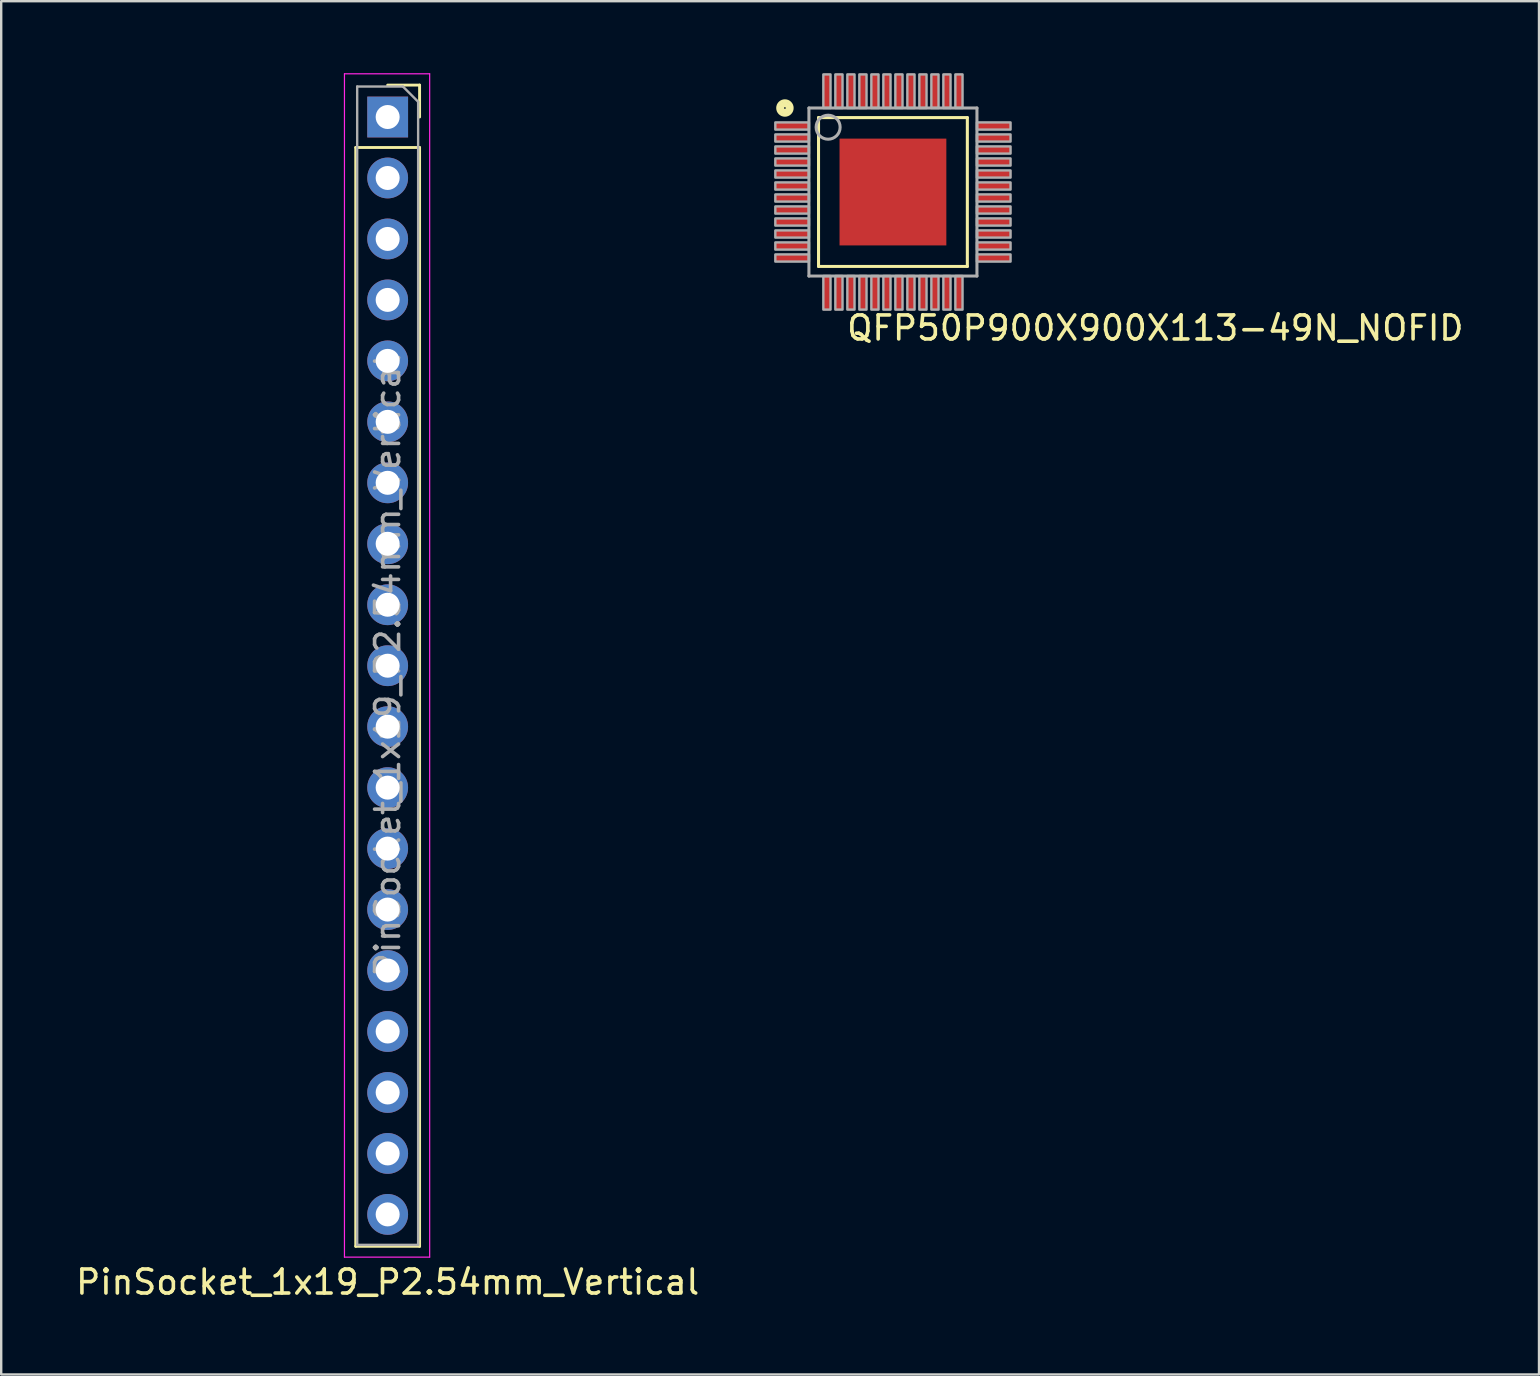
<source format=kicad_pcb>
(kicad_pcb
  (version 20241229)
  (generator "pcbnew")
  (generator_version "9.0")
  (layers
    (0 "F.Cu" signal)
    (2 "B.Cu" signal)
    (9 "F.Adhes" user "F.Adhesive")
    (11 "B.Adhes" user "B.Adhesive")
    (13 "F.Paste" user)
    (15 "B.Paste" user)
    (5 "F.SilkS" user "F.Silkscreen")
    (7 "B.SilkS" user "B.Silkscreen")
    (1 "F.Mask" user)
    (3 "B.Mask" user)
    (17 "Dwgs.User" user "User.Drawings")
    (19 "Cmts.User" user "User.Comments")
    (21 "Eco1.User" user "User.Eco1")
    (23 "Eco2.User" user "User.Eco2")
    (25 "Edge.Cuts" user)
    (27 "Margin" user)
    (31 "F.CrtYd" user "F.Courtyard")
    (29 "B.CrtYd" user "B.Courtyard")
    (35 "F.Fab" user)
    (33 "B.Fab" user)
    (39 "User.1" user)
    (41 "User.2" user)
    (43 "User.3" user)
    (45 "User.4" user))
  (footprint "QFP50P900X900X113-49N_NOFID"
    (layer "F.Cu")
    (at 34.152 4.95)
    (property "Reference" "QFP50P900X900X113-49N_NOFID" (at -2 6.25 0) (layer "F.SilkS") (effects (font (size 1 1) (thickness 0.15)) (justify left bottom)))
    (attr through_hole)
    (fp_line (start -3.1 -3.1) (end -3.1 3.1) (stroke (width 0.127) (type solid)) (layer "F.SilkS"))
    (fp_line (start -3.1 3.1) (end 3.1 3.1) (stroke (width 0.127) (type solid)) (layer "F.SilkS"))
    (fp_line (start 3.1 -3.1) (end -3.1 -3.1) (stroke (width 0.127) (type solid)) (layer "F.SilkS"))
    (fp_line (start 3.1 3.1) (end 3.1 -3.1) (stroke (width 0.127) (type solid)) (layer "F.SilkS"))
    (fp_circle (center -4.5 -3.5) (end -4.45 -3.5) (stroke (width 0.127) (type solid)) (fill no) (layer "F.SilkS"))
    (fp_circle (center -4.5 -3.5) (end -4.4 -3.5) (stroke (width 0.127) (type solid)) (fill no) (layer "F.SilkS"))
    (fp_circle (center -4.5 -3.5) (end -4.3 -3.5) (stroke (width 0.127) (type solid)) (fill no) (layer "F.SilkS"))
    (fp_circle (center -4.5 -3.5) (end -4.2 -3.5) (stroke (width 0.127) (type solid)) (fill no) (layer "F.SilkS"))
    (fp_poly (pts (xy -1.4 1.4) (xy 1.4 1.4) (xy 1.4 -1.4) (xy -1.4 -1.4)) (stroke (width 0) (type solid)) (fill yes) (layer "F.Paste"))
    (fp_line (start -3.5 -3.5) (end -3.5 3.5) (stroke (width 0.127) (type solid)) (layer "F.Fab"))
    (fp_line (start -3.5 3.5) (end 3.5 3.5) (stroke (width 0.127) (type solid)) (layer "F.Fab"))
    (fp_line (start 3.5 -3.5) (end -3.5 -3.5) (stroke (width 0.127) (type solid)) (layer "F.Fab"))
    (fp_line (start 3.5 3.5) (end 3.5 -3.5) (stroke (width 0.127) (type solid)) (layer "F.Fab"))
    (fp_circle (center -2.7 -2.7) (end -2.2 -2.7) (stroke (width 0.127) (type solid)) (fill no) (layer "F.Fab"))
    (fp_poly (pts (xy -4.9 -2.6) (xy -3.5 -2.6) (xy -3.5 -2.9) (xy -4.9 -2.9)) (stroke (width 0.1) (type solid)) (fill no) (layer "F.Fab"))
    (fp_poly (pts (xy -4.9 -2.1) (xy -3.5 -2.1) (xy -3.5 -2.4) (xy -4.9 -2.4)) (stroke (width 0.1) (type solid)) (fill no) (layer "F.Fab"))
    (fp_poly (pts (xy -4.9 -1.6) (xy -3.5 -1.6) (xy -3.5 -1.9) (xy -4.9 -1.9)) (stroke (width 0.1) (type solid)) (fill no) (layer "F.Fab"))
    (fp_poly (pts (xy -4.9 -1.1) (xy -3.5 -1.1) (xy -3.5 -1.4) (xy -4.9 -1.4)) (stroke (width 0.1) (type solid)) (fill no) (layer "F.Fab"))
    (fp_poly (pts (xy -4.9 -0.6) (xy -3.5 -0.6) (xy -3.5 -0.9) (xy -4.9 -0.9)) (stroke (width 0.1) (type solid)) (fill no) (layer "F.Fab"))
    (fp_poly (pts (xy -4.9 -0.1) (xy -3.5 -0.1) (xy -3.5 -0.4) (xy -4.9 -0.4)) (stroke (width 0.1) (type solid)) (fill no) (layer "F.Fab"))
    (fp_poly (pts (xy -4.9 0.4) (xy -3.5 0.4) (xy -3.5 0.1) (xy -4.9 0.1)) (stroke (width 0.1) (type solid)) (fill no) (layer "F.Fab"))
    (fp_poly (pts (xy -4.9 0.9) (xy -3.5 0.9) (xy -3.5 0.6) (xy -4.9 0.6)) (stroke (width 0.1) (type solid)) (fill no) (layer "F.Fab"))
    (fp_poly (pts (xy -4.9 1.4) (xy -3.5 1.4) (xy -3.5 1.1) (xy -4.9 1.1)) (stroke (width 0.1) (type solid)) (fill no) (layer "F.Fab"))
    (fp_poly (pts (xy -4.9 1.9) (xy -3.5 1.9) (xy -3.5 1.6) (xy -4.9 1.6)) (stroke (width 0.1) (type solid)) (fill no) (layer "F.Fab"))
    (fp_poly (pts (xy -4.9 2.4) (xy -3.5 2.4) (xy -3.5 2.1) (xy -4.9 2.1)) (stroke (width 0.1) (type solid)) (fill no) (layer "F.Fab"))
    (fp_poly (pts (xy -4.9 2.9) (xy -3.5 2.9) (xy -3.5 2.6) (xy -4.9 2.6)) (stroke (width 0.1) (type solid)) (fill no) (layer "F.Fab"))
    (fp_poly (pts (xy -2.9 -4.9) (xy -2.9 -3.5) (xy -2.6 -3.5) (xy -2.6 -4.9)) (stroke (width 0.1) (type solid)) (fill no) (layer "F.Fab"))
    (fp_poly (pts (xy -2.6 4.9) (xy -2.6 3.5) (xy -2.9 3.5) (xy -2.9 4.9)) (stroke (width 0.1) (type solid)) (fill no) (layer "F.Fab"))
    (fp_poly (pts (xy -2.4 -4.9) (xy -2.4 -3.5) (xy -2.1 -3.5) (xy -2.1 -4.9)) (stroke (width 0.1) (type solid)) (fill no) (layer "F.Fab"))
    (fp_poly (pts (xy -2.1 4.9) (xy -2.1 3.5) (xy -2.4 3.5) (xy -2.4 4.9)) (stroke (width 0.1) (type solid)) (fill no) (layer "F.Fab"))
    (fp_poly (pts (xy -1.9 -4.9) (xy -1.9 -3.5) (xy -1.6 -3.5) (xy -1.6 -4.9)) (stroke (width 0.1) (type solid)) (fill no) (layer "F.Fab"))
    (fp_poly (pts (xy -1.6 4.9) (xy -1.6 3.5) (xy -1.9 3.5) (xy -1.9 4.9)) (stroke (width 0.1) (type solid)) (fill no) (layer "F.Fab"))
    (fp_poly (pts (xy -1.4 -4.9) (xy -1.4 -3.5) (xy -1.1 -3.5) (xy -1.1 -4.9)) (stroke (width 0.1) (type solid)) (fill no) (layer "F.Fab"))
    (fp_poly (pts (xy -1.1 4.9) (xy -1.1 3.5) (xy -1.4 3.5) (xy -1.4 4.9)) (stroke (width 0.1) (type solid)) (fill no) (layer "F.Fab"))
    (fp_poly (pts (xy -0.9 -4.9) (xy -0.9 -3.5) (xy -0.6 -3.5) (xy -0.6 -4.9)) (stroke (width 0.1) (type solid)) (fill no) (layer "F.Fab"))
    (fp_poly (pts (xy -0.6 4.9) (xy -0.6 3.5) (xy -0.9 3.5) (xy -0.9 4.9)) (stroke (width 0.1) (type solid)) (fill no) (layer "F.Fab"))
    (fp_poly (pts (xy -0.4 -4.9) (xy -0.4 -3.5) (xy -0.1 -3.5) (xy -0.1 -4.9)) (stroke (width 0.1) (type solid)) (fill no) (layer "F.Fab"))
    (fp_poly (pts (xy -0.1 4.9) (xy -0.1 3.5) (xy -0.4 3.5) (xy -0.4 4.9)) (stroke (width 0.1) (type solid)) (fill no) (layer "F.Fab"))
    (fp_poly (pts (xy 0.1 -4.9) (xy 0.1 -3.5) (xy 0.4 -3.5) (xy 0.4 -4.9)) (stroke (width 0.1) (type solid)) (fill no) (layer "F.Fab"))
    (fp_poly (pts (xy 0.4 4.9) (xy 0.4 3.5) (xy 0.1 3.5) (xy 0.1 4.9)) (stroke (width 0.1) (type solid)) (fill no) (layer "F.Fab"))
    (fp_poly (pts (xy 0.6 -4.9) (xy 0.6 -3.5) (xy 0.9 -3.5) (xy 0.9 -4.9)) (stroke (width 0.1) (type solid)) (fill no) (layer "F.Fab"))
    (fp_poly (pts (xy 0.9 4.9) (xy 0.9 3.5) (xy 0.6 3.5) (xy 0.6 4.9)) (stroke (width 0.1) (type solid)) (fill no) (layer "F.Fab"))
    (fp_poly (pts (xy 1.1 -4.9) (xy 1.1 -3.5) (xy 1.4 -3.5) (xy 1.4 -4.9)) (stroke (width 0.1) (type solid)) (fill no) (layer "F.Fab"))
    (fp_poly (pts (xy 1.4 4.9) (xy 1.4 3.5) (xy 1.1 3.5) (xy 1.1 4.9)) (stroke (width 0.1) (type solid)) (fill no) (layer "F.Fab"))
    (fp_poly (pts (xy 1.6 -4.9) (xy 1.6 -3.5) (xy 1.9 -3.5) (xy 1.9 -4.9)) (stroke (width 0.1) (type solid)) (fill no) (layer "F.Fab"))
    (fp_poly (pts (xy 1.9 4.9) (xy 1.9 3.5) (xy 1.6 3.5) (xy 1.6 4.9)) (stroke (width 0.1) (type solid)) (fill no) (layer "F.Fab"))
    (fp_poly (pts (xy 2.1 -4.9) (xy 2.1 -3.5) (xy 2.4 -3.5) (xy 2.4 -4.9)) (stroke (width 0.1) (type solid)) (fill no) (layer "F.Fab"))
    (fp_poly (pts (xy 2.4 4.9) (xy 2.4 3.5) (xy 2.1 3.5) (xy 2.1 4.9)) (stroke (width 0.1) (type solid)) (fill no) (layer "F.Fab"))
    (fp_poly (pts (xy 2.6 -4.9) (xy 2.6 -3.5) (xy 2.9 -3.5) (xy 2.9 -4.9)) (stroke (width 0.1) (type solid)) (fill no) (layer "F.Fab"))
    (fp_poly (pts (xy 2.9 4.9) (xy 2.9 3.5) (xy 2.6 3.5) (xy 2.6 4.9)) (stroke (width 0.1) (type solid)) (fill no) (layer "F.Fab"))
    (fp_poly (pts (xy 4.9 -2.9) (xy 3.5 -2.9) (xy 3.5 -2.6) (xy 4.9 -2.6)) (stroke (width 0.1) (type solid)) (fill no) (layer "F.Fab"))
    (fp_poly (pts (xy 4.9 -2.4) (xy 3.5 -2.4) (xy 3.5 -2.1) (xy 4.9 -2.1)) (stroke (width 0.1) (type solid)) (fill no) (layer "F.Fab"))
    (fp_poly (pts (xy 4.9 -1.9) (xy 3.5 -1.9) (xy 3.5 -1.6) (xy 4.9 -1.6)) (stroke (width 0.1) (type solid)) (fill no) (layer "F.Fab"))
    (fp_poly (pts (xy 4.9 -1.4) (xy 3.5 -1.4) (xy 3.5 -1.1) (xy 4.9 -1.1)) (stroke (width 0.1) (type solid)) (fill no) (layer "F.Fab"))
    (fp_poly (pts (xy 4.9 -0.9) (xy 3.5 -0.9) (xy 3.5 -0.6) (xy 4.9 -0.6)) (stroke (width 0.1) (type solid)) (fill no) (layer "F.Fab"))
    (fp_poly (pts (xy 4.9 -0.4) (xy 3.5 -0.4) (xy 3.5 -0.1) (xy 4.9 -0.1)) (stroke (width 0.1) (type solid)) (fill no) (layer "F.Fab"))
    (fp_poly (pts (xy 4.9 0.1) (xy 3.5 0.1) (xy 3.5 0.4) (xy 4.9 0.4)) (stroke (width 0.1) (type solid)) (fill no) (layer "F.Fab"))
    (fp_poly (pts (xy 4.9 0.6) (xy 3.5 0.6) (xy 3.5 0.9) (xy 4.9 0.9)) (stroke (width 0.1) (type solid)) (fill no) (layer "F.Fab"))
    (fp_poly (pts (xy 4.9 1.1) (xy 3.5 1.1) (xy 3.5 1.4) (xy 4.9 1.4)) (stroke (width 0.1) (type solid)) (fill no) (layer "F.Fab"))
    (fp_poly (pts (xy 4.9 1.6) (xy 3.5 1.6) (xy 3.5 1.9) (xy 4.9 1.9)) (stroke (width 0.1) (type solid)) (fill no) (layer "F.Fab"))
    (fp_poly (pts (xy 4.9 2.1) (xy 3.5 2.1) (xy 3.5 2.4) (xy 4.9 2.4)) (stroke (width 0.1) (type solid)) (fill no) (layer "F.Fab"))
    (fp_poly (pts (xy 4.9 2.6) (xy 3.5 2.6) (xy 3.5 2.9) (xy 4.9 2.9)) (stroke (width 0.1) (type solid)) (fill no) (layer "F.Fab"))
    (pad "1" smd rect (at -4.2 -2.75) (size 1.45 0.3) (layers "F.Cu" "F.Mask" "F.Paste"))
    (pad "2" smd rect (at -4.2 -2.25) (size 1.45 0.3) (layers "F.Cu" "F.Mask" "F.Paste"))
    (pad "3" smd rect (at -4.2 -1.75) (size 1.45 0.3) (layers "F.Cu" "F.Mask" "F.Paste"))
    (pad "4" smd rect (at -4.2 -1.25) (size 1.45 0.3) (layers "F.Cu" "F.Mask" "F.Paste"))
    (pad "5" smd rect (at -4.2 -0.75) (size 1.45 0.3) (layers "F.Cu" "F.Mask" "F.Paste"))
    (pad "6" smd rect (at -4.2 -0.25) (size 1.45 0.3) (layers "F.Cu" "F.Mask" "F.Paste"))
    (pad "7" smd rect (at -4.2 0.25) (size 1.45 0.3) (layers "F.Cu" "F.Mask" "F.Paste"))
    (pad "8" smd rect (at -4.2 0.75) (size 1.45 0.3) (layers "F.Cu" "F.Mask" "F.Paste"))
    (pad "9" smd rect (at -4.2 1.25) (size 1.45 0.3) (layers "F.Cu" "F.Mask" "F.Paste"))
    (pad "10" smd rect (at -4.2 1.75) (size 1.45 0.3) (layers "F.Cu" "F.Mask" "F.Paste"))
    (pad "11" smd rect (at -4.2 2.25) (size 1.45 0.3) (layers "F.Cu" "F.Mask" "F.Paste"))
    (pad "12" smd rect (at -4.2 2.75) (size 1.45 0.3) (layers "F.Cu" "F.Mask" "F.Paste"))
    (pad "13" smd rect (at -2.75 4.2 90) (size 1.45 0.3) (layers "F.Cu" "F.Mask" "F.Paste"))
    (pad "14" smd rect (at -2.25 4.2 90) (size 1.45 0.3) (layers "F.Cu" "F.Mask" "F.Paste"))
    (pad "15" smd rect (at -1.75 4.2 90) (size 1.45 0.3) (layers "F.Cu" "F.Mask" "F.Paste"))
    (pad "16" smd rect (at -1.25 4.2 90) (size 1.45 0.3) (layers "F.Cu" "F.Mask" "F.Paste"))
    (pad "17" smd rect (at -0.75 4.2 90) (size 1.45 0.3) (layers "F.Cu" "F.Mask" "F.Paste"))
    (pad "18" smd rect (at -0.25 4.2 90) (size 1.45 0.3) (layers "F.Cu" "F.Mask" "F.Paste"))
    (pad "19" smd rect (at 0.25 4.2 90) (size 1.45 0.3) (layers "F.Cu" "F.Mask" "F.Paste"))
    (pad "20" smd rect (at 0.75 4.2 90) (size 1.45 0.3) (layers "F.Cu" "F.Mask" "F.Paste"))
    (pad "21" smd rect (at 1.25 4.2 90) (size 1.45 0.3) (layers "F.Cu" "F.Mask" "F.Paste"))
    (pad "22" smd rect (at 1.75 4.2 90) (size 1.45 0.3) (layers "F.Cu" "F.Mask" "F.Paste"))
    (pad "23" smd rect (at 2.25 4.2 90) (size 1.45 0.3) (layers "F.Cu" "F.Mask" "F.Paste"))
    (pad "24" smd rect (at 2.75 4.2 90) (size 1.45 0.3) (layers "F.Cu" "F.Mask" "F.Paste"))
    (pad "25" smd rect (at 4.2 2.75 180) (size 1.45 0.3) (layers "F.Cu" "F.Mask" "F.Paste"))
    (pad "26" smd rect (at 4.2 2.25 180) (size 1.45 0.3) (layers "F.Cu" "F.Mask" "F.Paste"))
    (pad "27" smd rect (at 4.2 1.75 180) (size 1.45 0.3) (layers "F.Cu" "F.Mask" "F.Paste"))
    (pad "28" smd rect (at 4.2 1.25 180) (size 1.45 0.3) (layers "F.Cu" "F.Mask" "F.Paste"))
    (pad "29" smd rect (at 4.2 0.75 180) (size 1.45 0.3) (layers "F.Cu" "F.Mask" "F.Paste"))
    (pad "30" smd rect (at 4.2 0.25 180) (size 1.45 0.3) (layers "F.Cu" "F.Mask" "F.Paste"))
    (pad "31" smd rect (at 4.2 -0.25 180) (size 1.45 0.3) (layers "F.Cu" "F.Mask" "F.Paste"))
    (pad "32" smd rect (at 4.2 -0.75 180) (size 1.45 0.3) (layers "F.Cu" "F.Mask" "F.Paste"))
    (pad "33" smd rect (at 4.2 -1.25 180) (size 1.45 0.3) (layers "F.Cu" "F.Mask" "F.Paste"))
    (pad "34" smd rect (at 4.2 -1.75 180) (size 1.45 0.3) (layers "F.Cu" "F.Mask" "F.Paste"))
    (pad "35" smd rect (at 4.2 -2.25 180) (size 1.45 0.3) (layers "F.Cu" "F.Mask" "F.Paste"))
    (pad "36" smd rect (at 4.2 -2.75 180) (size 1.45 0.3) (layers "F.Cu" "F.Mask" "F.Paste"))
    (pad "37" smd rect (at 2.75 -4.2 270) (size 1.45 0.3) (layers "F.Cu" "F.Mask" "F.Paste"))
    (pad "38" smd rect (at 2.25 -4.2 270) (size 1.45 0.3) (layers "F.Cu" "F.Mask" "F.Paste"))
    (pad "39" smd rect (at 1.75 -4.2 270) (size 1.45 0.3) (layers "F.Cu" "F.Mask" "F.Paste"))
    (pad "40" smd rect (at 1.25 -4.2 270) (size 1.45 0.3) (layers "F.Cu" "F.Mask" "F.Paste"))
    (pad "41" smd rect (at 0.75 -4.2 270) (size 1.45 0.3) (layers "F.Cu" "F.Mask" "F.Paste"))
    (pad "42" smd rect (at 0.25 -4.2 270) (size 1.45 0.3) (layers "F.Cu" "F.Mask" "F.Paste"))
    (pad "43" smd rect (at -0.25 -4.2 270) (size 1.45 0.3) (layers "F.Cu" "F.Mask" "F.Paste"))
    (pad "44" smd rect (at -0.75 -4.2 270) (size 1.45 0.3) (layers "F.Cu" "F.Mask" "F.Paste"))
    (pad "45" smd rect (at -1.25 -4.2 270) (size 1.45 0.3) (layers "F.Cu" "F.Mask" "F.Paste"))
    (pad "46" smd rect (at -1.75 -4.2 270) (size 1.45 0.3) (layers "F.Cu" "F.Mask" "F.Paste"))
    (pad "47" smd rect (at -2.25 -4.2 270) (size 1.45 0.3) (layers "F.Cu" "F.Mask" "F.Paste"))
    (pad "48" smd rect (at -2.75 -4.2 270) (size 1.45 0.3) (layers "F.Cu" "F.Mask" "F.Paste"))
    (pad "PAD" smd rect (at 0 0) (size 4.45 4.45) (layers "F.Cu" "F.Mask")))
  (footprint "PinSocket_1x19_P2.54mm_Vertical"
    (layer "F.Cu")
    (at 13.101 1.825)
    (property "Reference" "PinSocket_1x19_P2.54mm_Vertical" (at 0 48.54 0) (layer "F.SilkS") (effects (font (size 1 1) (thickness 0.15))))
    (attr through_hole)
    (fp_line (start -1.33 1.27) (end -1.33 47.05) (stroke (width 0.12) (type solid)) (layer "F.SilkS"))
    (fp_line (start -1.33 1.27) (end 1.33 1.27) (stroke (width 0.12) (type solid)) (layer "F.SilkS"))
    (fp_line (start -1.33 47.05) (end 1.33 47.05) (stroke (width 0.12) (type solid)) (layer "F.SilkS"))
    (fp_line (start 0 -1.33) (end 1.33 -1.33) (stroke (width 0.12) (type solid)) (layer "F.SilkS"))
    (fp_line (start 1.33 -1.33) (end 1.33 0) (stroke (width 0.12) (type solid)) (layer "F.SilkS"))
    (fp_line (start 1.33 1.27) (end 1.33 47.05) (stroke (width 0.12) (type solid)) (layer "F.SilkS"))
    (fp_line (start -1.8 -1.8) (end 1.75 -1.8) (stroke (width 0.05) (type solid)) (layer "F.CrtYd"))
    (fp_line (start -1.8 47.5) (end -1.8 -1.8) (stroke (width 0.05) (type solid)) (layer "F.CrtYd"))
    (fp_line (start 1.75 -1.8) (end 1.75 47.5) (stroke (width 0.05) (type solid)) (layer "F.CrtYd"))
    (fp_line (start 1.75 47.5) (end -1.8 47.5) (stroke (width 0.05) (type solid)) (layer "F.CrtYd"))
    (fp_line (start -1.27 -1.27) (end 0.635 -1.27) (stroke (width 0.1) (type solid)) (layer "F.Fab"))
    (fp_line (start -1.27 46.99) (end -1.27 -1.27) (stroke (width 0.1) (type solid)) (layer "F.Fab"))
    (fp_line (start 0.635 -1.27) (end 1.27 -0.635) (stroke (width 0.1) (type solid)) (layer "F.Fab"))
    (fp_line (start 1.27 -0.635) (end 1.27 46.99) (stroke (width 0.1) (type solid)) (layer "F.Fab"))
    (fp_line (start 1.27 46.99) (end -1.27 46.99) (stroke (width 0.1) (type solid)) (layer "F.Fab"))
    (fp_text user "${REFERENCE}" (at 0 22.86 90) (layer "F.Fab") (effects (font (size 1 1) (thickness 0.15))))
    (pad "1" thru_hole rect (at 0 0) (size 1.7 1.7) (drill 1) (layers "*.Cu" "*.Mask"))
    (pad "2" thru_hole oval (at 0 2.54) (size 1.7 1.7) (drill 1) (layers "*.Cu" "*.Mask"))
    (pad "3" thru_hole oval (at 0 5.08) (size 1.7 1.7) (drill 1) (layers "*.Cu" "*.Mask"))
    (pad "4" thru_hole oval (at 0 7.62) (size 1.7 1.7) (drill 1) (layers "*.Cu" "*.Mask"))
    (pad "5" thru_hole oval (at 0 10.16) (size 1.7 1.7) (drill 1) (layers "*.Cu" "*.Mask"))
    (pad "6" thru_hole oval (at 0 12.7) (size 1.7 1.7) (drill 1) (layers "*.Cu" "*.Mask"))
    (pad "7" thru_hole oval (at 0 15.24) (size 1.7 1.7) (drill 1) (layers "*.Cu" "*.Mask"))
    (pad "8" thru_hole oval (at 0 17.78) (size 1.7 1.7) (drill 1) (layers "*.Cu" "*.Mask"))
    (pad "9" thru_hole oval (at 0 20.32) (size 1.7 1.7) (drill 1) (layers "*.Cu" "*.Mask"))
    (pad "10" thru_hole oval (at 0 22.86) (size 1.7 1.7) (drill 1) (layers "*.Cu" "*.Mask"))
    (pad "11" thru_hole oval (at 0 25.4) (size 1.7 1.7) (drill 1) (layers "*.Cu" "*.Mask"))
    (pad "12" thru_hole oval (at 0 27.94) (size 1.7 1.7) (drill 1) (layers "*.Cu" "*.Mask"))
    (pad "13" thru_hole oval (at 0 30.48) (size 1.7 1.7) (drill 1) (layers "*.Cu" "*.Mask"))
    (pad "14" thru_hole oval (at 0 33.02) (size 1.7 1.7) (drill 1) (layers "*.Cu" "*.Mask"))
    (pad "15" thru_hole oval (at 0 35.56) (size 1.7 1.7) (drill 1) (layers "*.Cu" "*.Mask"))
    (pad "16" thru_hole oval (at 0 38.1) (size 1.7 1.7) (drill 1) (layers "*.Cu" "*.Mask"))
    (pad "17" thru_hole oval (at 0 40.64) (size 1.7 1.7) (drill 1) (layers "*.Cu" "*.Mask"))
    (pad "18" thru_hole oval (at 0 43.18) (size 1.7 1.7) (drill 1) (layers "*.Cu" "*.Mask"))
    (pad "19" thru_hole oval (at 0 45.72) (size 1.7 1.7) (drill 1) (layers "*.Cu" "*.Mask")))
  (gr_rect
    (start -3 -3)
    (end 61.069 54.213)
    (stroke (width 0.1) (type default))
    (fill no)
    (layer "Edge.Cuts")))
</source>
